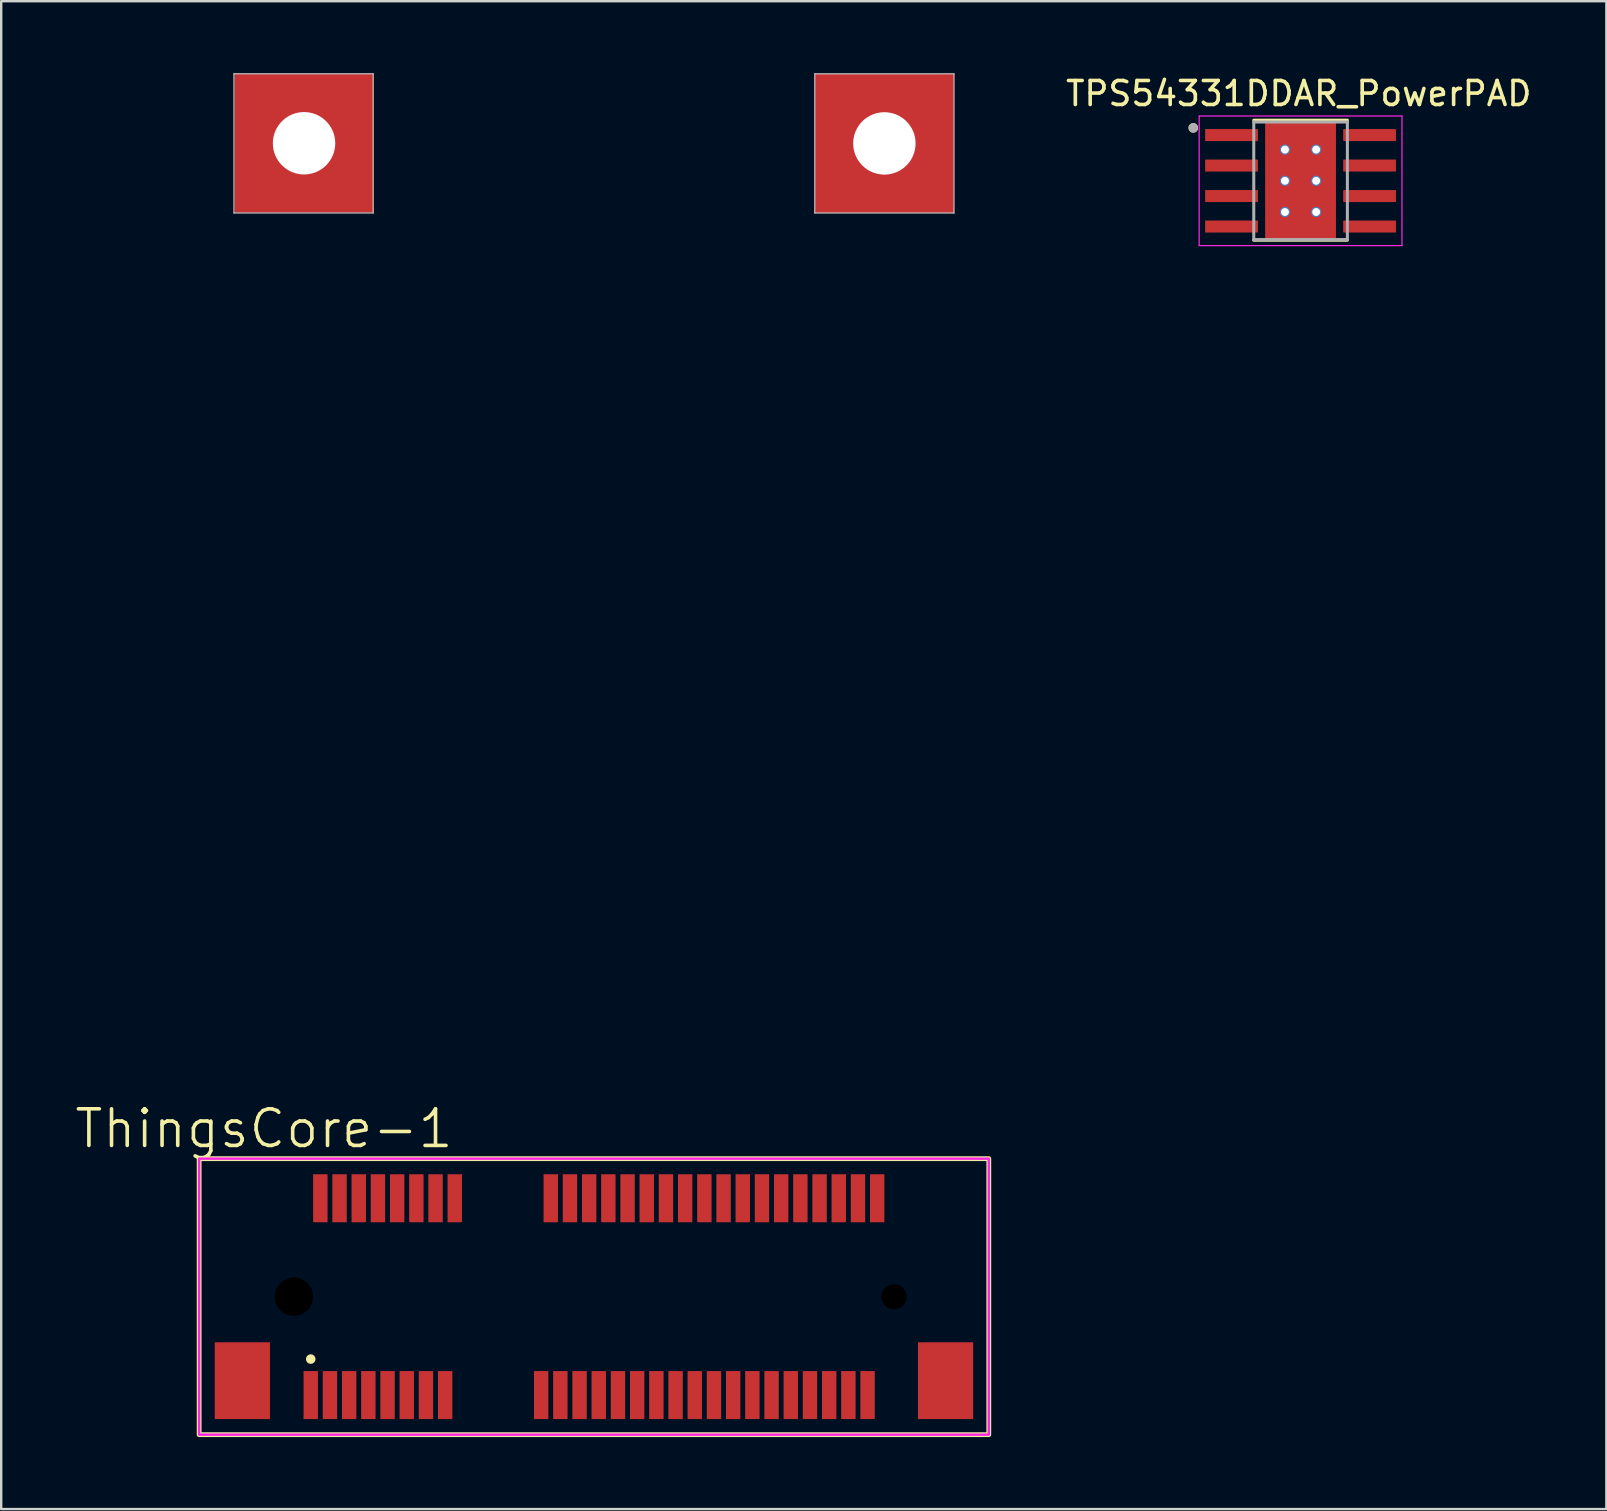
<source format=kicad_pcb>
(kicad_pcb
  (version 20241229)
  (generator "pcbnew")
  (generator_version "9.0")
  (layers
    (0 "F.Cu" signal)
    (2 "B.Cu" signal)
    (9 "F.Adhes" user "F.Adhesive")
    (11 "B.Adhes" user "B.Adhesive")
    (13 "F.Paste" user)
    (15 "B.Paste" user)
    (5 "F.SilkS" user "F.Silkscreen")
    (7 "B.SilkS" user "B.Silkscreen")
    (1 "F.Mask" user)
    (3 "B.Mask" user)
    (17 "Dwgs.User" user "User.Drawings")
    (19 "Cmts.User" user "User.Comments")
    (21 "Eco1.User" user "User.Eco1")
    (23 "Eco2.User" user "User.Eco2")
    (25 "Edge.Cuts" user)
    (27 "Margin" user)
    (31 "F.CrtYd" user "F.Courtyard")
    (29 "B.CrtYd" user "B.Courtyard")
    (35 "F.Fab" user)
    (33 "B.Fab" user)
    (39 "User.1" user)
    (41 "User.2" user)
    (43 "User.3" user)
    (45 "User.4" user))
  (footprint "ThingsCore-1"
    (layer "F.Cu")
    (at 9.197 50.975)
    (property "Reference" "ThingsCore-1" (at -1.25 -7 180) (layer "F.SilkS") (effects (font (size 1.524 1.524) (thickness 0.15))))
    (attr through_hole)
    (fp_rect (start -3.95 -5.75) (end 28.95 5.75) (stroke (width 0.2) (type solid)) (fill no) (layer "F.SilkS"))
    (fp_circle (center 0.7 2.6) (end 0.8 2.6) (stroke (width 0.2) (type solid)) (fill no) (layer "F.SilkS"))
    (fp_line (start -2.5 -50.95) (end -2.5 -45.15) (stroke (width 0.05) (type solid)) (layer "Dwgs.User"))
    (fp_line (start -2.5 -50.95) (end 3.3 -50.95) (stroke (width 0.05) (type solid)) (layer "Dwgs.User"))
    (fp_line (start -2.5 -45.15) (end 3.3 -45.15) (stroke (width 0.05) (type solid)) (layer "Dwgs.User"))
    (fp_line (start 3.3 -50.95) (end 3.3 -45.15) (stroke (width 0.05) (type solid)) (layer "Dwgs.User"))
    (fp_line (start 21.7 -50.95) (end 21.7 -45.15) (stroke (width 0.05) (type solid)) (layer "Dwgs.User"))
    (fp_line (start 21.7 -50.95) (end 27.5 -50.95) (stroke (width 0.05) (type solid)) (layer "Dwgs.User"))
    (fp_line (start 21.7 -45.15) (end 27.5 -45.15) (stroke (width 0.05) (type solid)) (layer "Dwgs.User"))
    (fp_line (start 27.5 -50.95) (end 27.5 -45.15) (stroke (width 0.05) (type solid)) (layer "Dwgs.User"))
    (fp_rect (start -3.95 -5.75) (end 28.95 5.75) (stroke (width 0.1) (type default)) (fill no) (layer "F.CrtYd"))
    (pad "" np_thru_hole circle (at 0 0) (size 1.6 1.6) (drill 1.6) (layers "*.Mask"))
    (pad "" np_thru_hole rect (at 0.421 -48.056) (size 5.8 5.8) (drill 2.6) (layers "F.Cu" "F.Mask"))
    (pad "" np_thru_hole rect (at 24.6 -48.05) (size 5.8 5.8) (drill 2.6) (layers "F.Cu" "F.Mask"))
    (pad "" np_thru_hole circle (at 25 0) (size 1.05 1.05) (drill 1.05) (layers "*.Mask") (padstack (mode custom) (layer "B.Cu" (shape circle) (size 1.05 1.05))))
    (pad "1" smd rect (at 0.7 4.1) (size 0.6 2) (layers "F.Cu" "F.Mask" "F.Paste"))
    (pad "2" smd rect (at 1.1 -4.1) (size 0.6 2) (layers "F.Cu" "F.Mask" "F.Paste"))
    (pad "3" smd rect (at 1.5 4.1) (size 0.6 2) (layers "F.Cu" "F.Mask" "F.Paste"))
    (pad "4" smd rect (at 1.9 -4.1) (size 0.6 2) (layers "F.Cu" "F.Mask" "F.Paste"))
    (pad "5" smd rect (at 2.3 4.1) (size 0.6 2) (layers "F.Cu" "F.Mask" "F.Paste"))
    (pad "6" smd rect (at 2.7 -4.1) (size 0.6 2) (layers "F.Cu" "F.Mask" "F.Paste"))
    (pad "7" smd rect (at 3.1 4.1) (size 0.6 2) (layers "F.Cu" "F.Mask" "F.Paste"))
    (pad "8" smd rect (at 3.5 -4.1) (size 0.6 2) (layers "F.Cu" "F.Mask" "F.Paste"))
    (pad "9" smd rect (at 3.9 4.1) (size 0.6 2) (layers "F.Cu" "F.Mask" "F.Paste"))
    (pad "10" smd rect (at 4.3 -4.1) (size 0.6 2) (layers "F.Cu" "F.Mask" "F.Paste"))
    (pad "11" smd rect (at 4.7 4.1) (size 0.6 2) (layers "F.Cu" "F.Mask" "F.Paste"))
    (pad "12" smd rect (at 5.1 -4.1) (size 0.6 2) (layers "F.Cu" "F.Mask" "F.Paste"))
    (pad "13" smd rect (at 5.5 4.1) (size 0.6 2) (layers "F.Cu" "F.Mask" "F.Paste"))
    (pad "14" smd rect (at 5.9 -4.1) (size 0.6 2) (layers "F.Cu" "F.Mask" "F.Paste"))
    (pad "15" smd rect (at 6.3 4.1) (size 0.6 2) (layers "F.Cu" "F.Mask" "F.Paste"))
    (pad "16" smd rect (at 6.7 -4.1) (size 0.6 2) (layers "F.Cu" "F.Mask" "F.Paste"))
    (pad "17" smd rect (at 10.3 4.1) (size 0.6 2) (layers "F.Cu" "F.Mask" "F.Paste"))
    (pad "18" smd rect (at 10.7 -4.1) (size 0.6 2) (layers "F.Cu" "F.Mask" "F.Paste"))
    (pad "19" smd rect (at 11.1 4.1) (size 0.6 2) (layers "F.Cu" "F.Mask" "F.Paste"))
    (pad "20" smd rect (at 11.5 -4.1) (size 0.6 2) (layers "F.Cu" "F.Mask" "F.Paste"))
    (pad "21" smd rect (at 11.9 4.1) (size 0.6 2) (layers "F.Cu" "F.Mask" "F.Paste"))
    (pad "22" smd rect (at 12.3 -4.1) (size 0.6 2) (layers "F.Cu" "F.Mask" "F.Paste"))
    (pad "23" smd rect (at 12.7 4.1) (size 0.6 2) (layers "F.Cu" "F.Mask" "F.Paste"))
    (pad "24" smd rect (at 13.1 -4.1) (size 0.6 2) (layers "F.Cu" "F.Mask" "F.Paste"))
    (pad "25" smd rect (at 13.5 4.1) (size 0.6 2) (layers "F.Cu" "F.Mask" "F.Paste"))
    (pad "26" smd rect (at 13.9 -4.1) (size 0.6 2) (layers "F.Cu" "F.Mask" "F.Paste"))
    (pad "27" smd rect (at 14.3 4.1) (size 0.6 2) (layers "F.Cu" "F.Mask" "F.Paste"))
    (pad "28" smd rect (at 14.7 -4.1) (size 0.6 2) (layers "F.Cu" "F.Mask" "F.Paste"))
    (pad "29" smd rect (at 15.1 4.1) (size 0.6 2) (layers "F.Cu" "F.Mask" "F.Paste"))
    (pad "30" smd rect (at 15.5 -4.1) (size 0.6 2) (layers "F.Cu" "F.Mask" "F.Paste"))
    (pad "31" smd rect (at 15.9 4.1) (size 0.6 2) (layers "F.Cu" "F.Mask" "F.Paste"))
    (pad "32" smd rect (at 16.3 -4.1) (size 0.6 2) (layers "F.Cu" "F.Mask" "F.Paste"))
    (pad "33" smd rect (at 16.7 4.1) (size 0.6 2) (layers "F.Cu" "F.Mask" "F.Paste"))
    (pad "34" smd rect (at 17.1 -4.1) (size 0.6 2) (layers "F.Cu" "F.Mask" "F.Paste"))
    (pad "35" smd rect (at 17.5 4.1) (size 0.6 2) (layers "F.Cu" "F.Mask" "F.Paste"))
    (pad "36" smd rect (at 17.9 -4.1) (size 0.6 2) (layers "F.Cu" "F.Mask" "F.Paste"))
    (pad "37" smd rect (at 18.3 4.1) (size 0.6 2) (layers "F.Cu" "F.Mask" "F.Paste"))
    (pad "38" smd rect (at 18.7 -4.1) (size 0.6 2) (layers "F.Cu" "F.Mask" "F.Paste"))
    (pad "39" smd rect (at 19.1 4.1) (size 0.6 2) (layers "F.Cu" "F.Mask" "F.Paste"))
    (pad "40" smd rect (at 19.5 -4.1) (size 0.6 2) (layers "F.Cu" "F.Mask" "F.Paste"))
    (pad "41" smd rect (at 19.9 4.1) (size 0.6 2) (layers "F.Cu" "F.Mask" "F.Paste"))
    (pad "42" smd rect (at 20.3 -4.1) (size 0.6 2) (layers "F.Cu" "F.Mask" "F.Paste"))
    (pad "43" smd rect (at 20.7 4.1) (size 0.6 2) (layers "F.Cu" "F.Mask" "F.Paste"))
    (pad "44" smd rect (at 21.1 -4.1) (size 0.6 2) (layers "F.Cu" "F.Mask" "F.Paste"))
    (pad "45" smd rect (at 21.5 4.1) (size 0.6 2) (layers "F.Cu" "F.Mask" "F.Paste"))
    (pad "46" smd rect (at 21.9 -4.1) (size 0.6 2) (layers "F.Cu" "F.Mask" "F.Paste"))
    (pad "47" smd rect (at 22.3 4.1) (size 0.6 2) (layers "F.Cu" "F.Mask" "F.Paste"))
    (pad "48" smd rect (at 22.7 -4.1) (size 0.6 2) (layers "F.Cu" "F.Mask" "F.Paste"))
    (pad "49" smd rect (at 23.1 4.1) (size 0.6 2) (layers "F.Cu" "F.Mask" "F.Paste"))
    (pad "50" smd rect (at 23.5 -4.1) (size 0.6 2) (layers "F.Cu" "F.Mask" "F.Paste"))
    (pad "51" smd rect (at 23.9 4.1) (size 0.6 2) (layers "F.Cu" "F.Mask" "F.Paste"))
    (pad "52" smd rect (at 24.3 -4.1) (size 0.6 2) (layers "F.Cu" "F.Mask" "F.Paste"))
    (pad "S1" smd rect (at -2.15 3.5) (size 2.3 3.2) (layers "F.Cu" "F.Mask" "F.Paste"))
    (pad "S2" smd rect (at 27.15 3.5) (size 2.3 3.2) (layers "F.Cu" "F.Mask" "F.Paste")))
  (footprint "TPS54331DDAR_PowerPAD"
    (layer "F.Cu")
    (at 51.137 4.483)
    (property "Reference" "TPS54331DDAR_PowerPAD" (at -0.075 -3.635 0) (layer "F.SilkS") (effects (font (size 1 1) (thickness 0.15))))
    (attr smd)
    (fp_poly (pts (xy -4.045 -2.225) (xy -1.705 -2.225) (xy -1.705 -1.585) (xy -4.045 -1.585)) (stroke (width 0.01) (type solid)) (fill yes) (layer "F.Mask"))
    (fp_poly (pts (xy -4.045 -0.955) (xy -1.705 -0.955) (xy -1.705 -0.315) (xy -4.045 -0.315)) (stroke (width 0.01) (type solid)) (fill yes) (layer "F.Mask"))
    (fp_poly (pts (xy -4.045 0.315) (xy -1.705 0.315) (xy -1.705 0.955) (xy -4.045 0.955)) (stroke (width 0.01) (type solid)) (fill yes) (layer "F.Mask"))
    (fp_poly (pts (xy -4.045 1.585) (xy -1.705 1.585) (xy -1.705 2.225) (xy -4.045 2.225)) (stroke (width 0.01) (type solid)) (fill yes) (layer "F.Mask"))
    (fp_poly (pts (xy -1.2 -1.55) (xy 1.2 -1.55) (xy 1.2 1.55) (xy -1.2 1.55)) (stroke (width 0.01) (type solid)) (fill yes) (layer "F.Mask"))
    (fp_poly (pts (xy 1.705 -2.225) (xy 4.045 -2.225) (xy 4.045 -1.585) (xy 1.705 -1.585)) (stroke (width 0.01) (type solid)) (fill yes) (layer "F.Mask"))
    (fp_poly (pts (xy 1.705 -0.955) (xy 4.045 -0.955) (xy 4.045 -0.315) (xy 1.705 -0.315)) (stroke (width 0.01) (type solid)) (fill yes) (layer "F.Mask"))
    (fp_poly (pts (xy 1.705 0.315) (xy 4.045 0.315) (xy 4.045 0.955) (xy 1.705 0.955)) (stroke (width 0.01) (type solid)) (fill yes) (layer "F.Mask"))
    (fp_poly (pts (xy 1.705 1.585) (xy 4.045 1.585) (xy 4.045 2.225) (xy 1.705 2.225)) (stroke (width 0.01) (type solid)) (fill yes) (layer "F.Mask"))
    (fp_line (start -1.95 -2.525) (end 1.95 -2.525) (stroke (width 0.127) (type solid)) (layer "F.SilkS"))
    (fp_line (start -1.95 2.475) (end 1.95 2.475) (stroke (width 0.127) (type solid)) (layer "F.SilkS"))
    (fp_circle (center -4.47 -2.205) (end -4.37 -2.205) (stroke (width 0.2) (type solid)) (fill no) (layer "F.SilkS"))
    (fp_poly (pts (xy -3.95 -2.13) (xy -1.8 -2.13) (xy -1.8 -1.68) (xy -3.95 -1.68)) (stroke (width 0.01) (type solid)) (fill yes) (layer "F.Paste"))
    (fp_poly (pts (xy -3.95 -0.86) (xy -1.8 -0.86) (xy -1.8 -0.41) (xy -3.95 -0.41)) (stroke (width 0.01) (type solid)) (fill yes) (layer "F.Paste"))
    (fp_poly (pts (xy -3.95 0.41) (xy -1.8 0.41) (xy -1.8 0.86) (xy -3.95 0.86)) (stroke (width 0.01) (type solid)) (fill yes) (layer "F.Paste"))
    (fp_poly (pts (xy -3.95 1.68) (xy -1.8 1.68) (xy -1.8 2.13) (xy -3.95 2.13)) (stroke (width 0.01) (type solid)) (fill yes) (layer "F.Paste"))
    (fp_poly (pts (xy -1.2 -1.55) (xy 1.2 -1.55) (xy 1.2 1.55) (xy -1.2 1.55)) (stroke (width 0.01) (type solid)) (fill yes) (layer "F.Paste"))
    (fp_poly (pts (xy 1.8 -2.13) (xy 3.95 -2.13) (xy 3.95 -1.68) (xy 1.8 -1.68)) (stroke (width 0.01) (type solid)) (fill yes) (layer "F.Paste"))
    (fp_poly (pts (xy 1.8 -0.86) (xy 3.95 -0.86) (xy 3.95 -0.41) (xy 1.8 -0.41)) (stroke (width 0.01) (type solid)) (fill yes) (layer "F.Paste"))
    (fp_poly (pts (xy 1.8 0.41) (xy 3.95 0.41) (xy 3.95 0.86) (xy 1.8 0.86)) (stroke (width 0.01) (type solid)) (fill yes) (layer "F.Paste"))
    (fp_poly (pts (xy 1.8 1.68) (xy 3.95 1.68) (xy 3.95 2.13) (xy 1.8 2.13)) (stroke (width 0.01) (type solid)) (fill yes) (layer "F.Paste"))
    (fp_line (start -4.225 -2.7) (end -4.225 2.7) (stroke (width 0.05) (type solid)) (layer "F.CrtYd"))
    (fp_line (start -4.225 -2.7) (end 4.225 -2.7) (stroke (width 0.05) (type solid)) (layer "F.CrtYd"))
    (fp_line (start -4.225 2.7) (end 4.225 2.7) (stroke (width 0.05) (type solid)) (layer "F.CrtYd"))
    (fp_line (start 4.225 -2.7) (end 4.225 2.7) (stroke (width 0.05) (type solid)) (layer "F.CrtYd"))
    (fp_line (start -1.95 -2.45) (end -1.95 2.45) (stroke (width 0.127) (type solid)) (layer "F.Fab"))
    (fp_line (start -1.95 -2.45) (end 1.95 -2.45) (stroke (width 0.127) (type solid)) (layer "F.Fab"))
    (fp_line (start -1.95 2.45) (end 1.95 2.45) (stroke (width 0.127) (type solid)) (layer "F.Fab"))
    (fp_line (start 1.95 -2.45) (end 1.95 2.45) (stroke (width 0.127) (type solid)) (layer "F.Fab"))
    (fp_circle (center -4.47 -2.205) (end -4.37 -2.205) (stroke (width 0.2) (type solid)) (fill no) (layer "F.Fab"))
    (pad "1" smd rect (at -2.875 -1.905) (size 2.2 0.5) (layers "F.Cu"))
    (pad "2" smd rect (at -2.875 -0.635) (size 2.2 0.5) (layers "F.Cu"))
    (pad "3" smd rect (at -2.875 0.635) (size 2.2 0.5) (layers "F.Cu"))
    (pad "4" smd rect (at -2.875 1.905) (size 2.2 0.5) (layers "F.Cu"))
    (pad "5" smd roundrect (at 2.875 1.905) (size 2.2 0.5) (layers "F.Cu") (roundrect_rratio 0.05))
    (pad "6" smd roundrect (at 2.875 0.635) (size 2.2 0.5) (layers "F.Cu") (roundrect_rratio 0.05))
    (pad "7" smd roundrect (at 2.875 -0.635) (size 2.2 0.5) (layers "F.Cu") (roundrect_rratio 0.05))
    (pad "8" smd roundrect (at 2.875 -1.905) (size 2.2 0.5) (layers "F.Cu") (roundrect_rratio 0.05))
    (pad "9" thru_hole circle (at -0.65 -1.3) (size 0.43 0.43) (drill 0.33) (layers "*.Cu"))
    (pad "9" thru_hole circle (at -0.65 0) (size 0.43 0.43) (drill 0.33) (layers "*.Cu"))
    (pad "9" thru_hole circle (at -0.65 1.3) (size 0.43 0.43) (drill 0.33) (layers "*.Cu"))
    (pad "9" smd rect (at 0 0) (size 2.95 4.9) (layers "F.Cu"))
    (pad "9" thru_hole circle (at 0.65 -1.3) (size 0.43 0.43) (drill 0.33) (layers "*.Cu"))
    (pad "9" thru_hole circle (at 0.65 0) (size 0.43 0.43) (drill 0.33) (layers "*.Cu"))
    (pad "9" thru_hole circle (at 0.65 1.3) (size 0.43 0.43) (drill 0.33) (layers "*.Cu")))
  (gr_rect
    (start -3 -3)
    (end 63.878 59.825)
    (stroke (width 0.1) (type default))
    (fill no)
    (layer "Edge.Cuts")))
</source>
